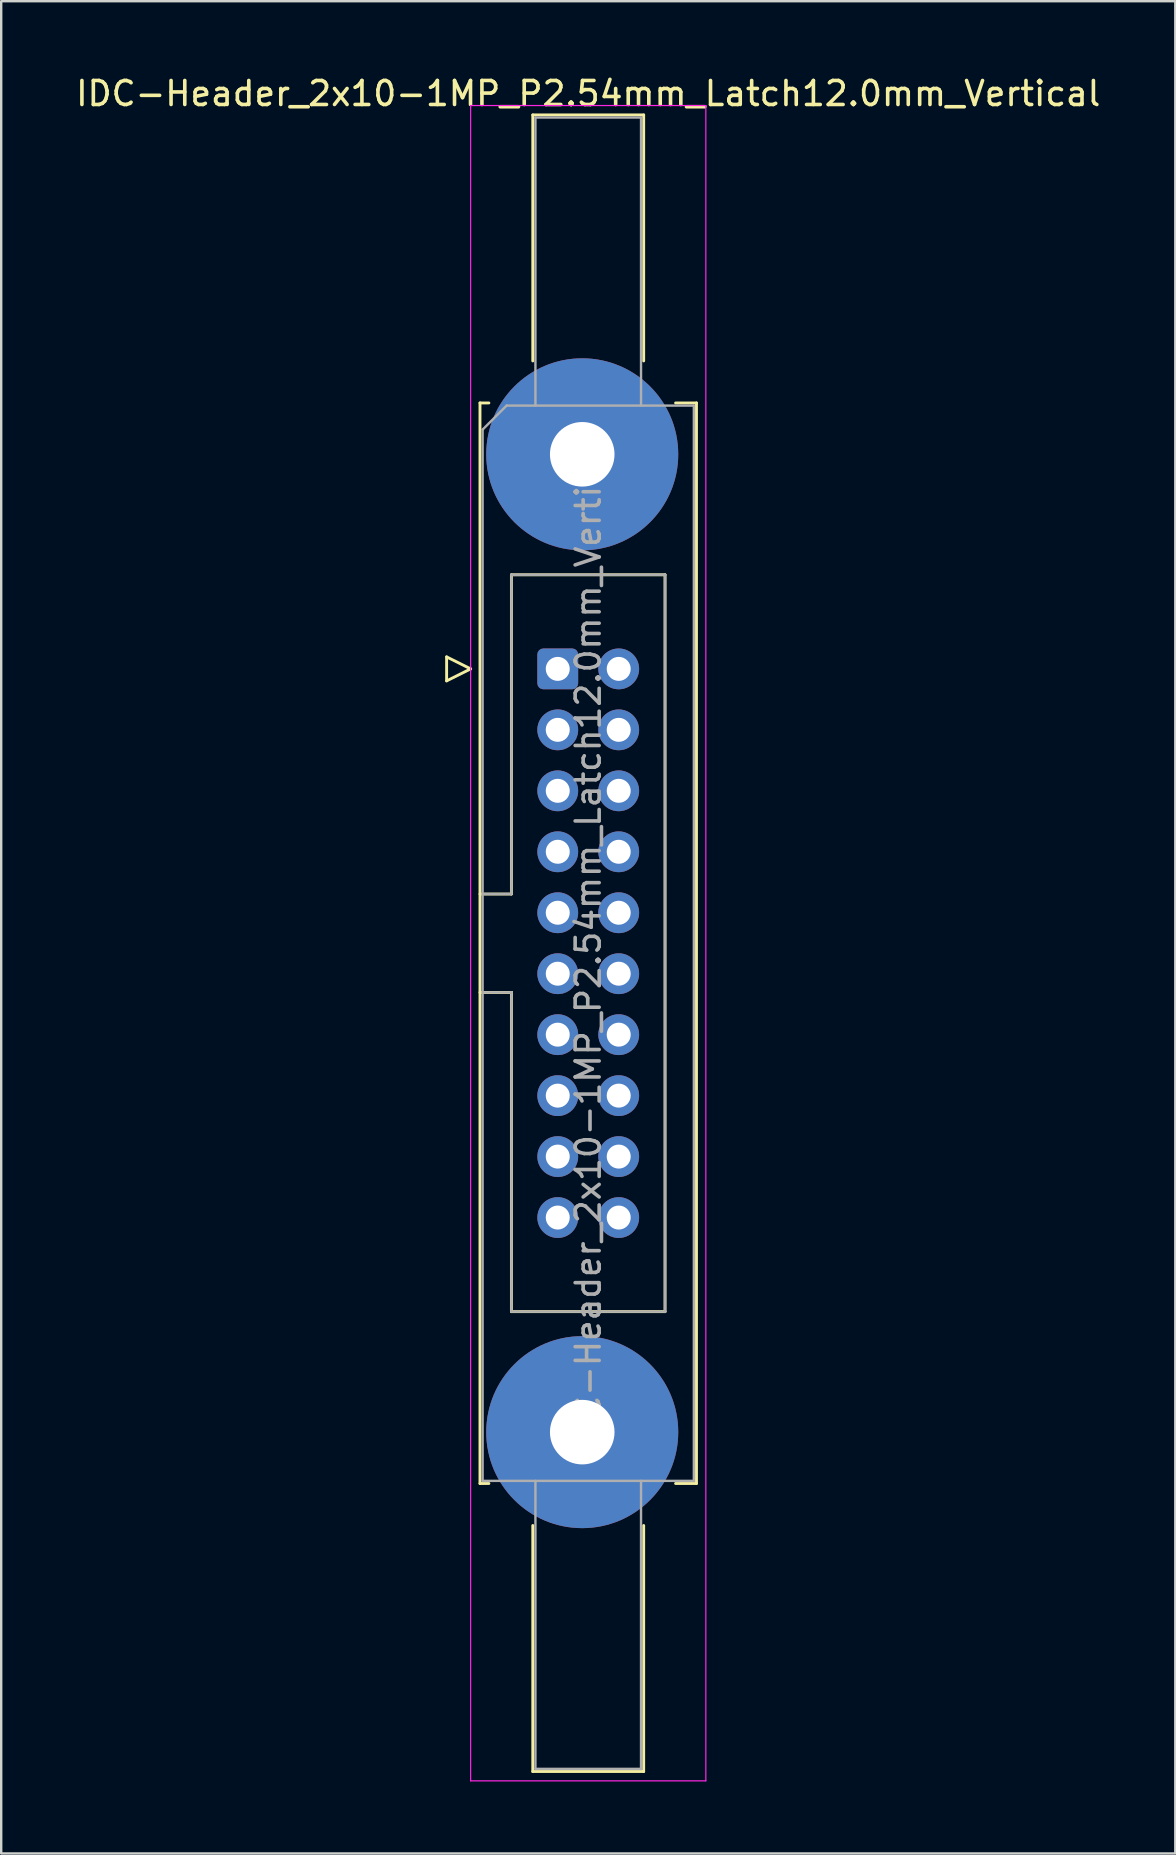
<source format=kicad_pcb>
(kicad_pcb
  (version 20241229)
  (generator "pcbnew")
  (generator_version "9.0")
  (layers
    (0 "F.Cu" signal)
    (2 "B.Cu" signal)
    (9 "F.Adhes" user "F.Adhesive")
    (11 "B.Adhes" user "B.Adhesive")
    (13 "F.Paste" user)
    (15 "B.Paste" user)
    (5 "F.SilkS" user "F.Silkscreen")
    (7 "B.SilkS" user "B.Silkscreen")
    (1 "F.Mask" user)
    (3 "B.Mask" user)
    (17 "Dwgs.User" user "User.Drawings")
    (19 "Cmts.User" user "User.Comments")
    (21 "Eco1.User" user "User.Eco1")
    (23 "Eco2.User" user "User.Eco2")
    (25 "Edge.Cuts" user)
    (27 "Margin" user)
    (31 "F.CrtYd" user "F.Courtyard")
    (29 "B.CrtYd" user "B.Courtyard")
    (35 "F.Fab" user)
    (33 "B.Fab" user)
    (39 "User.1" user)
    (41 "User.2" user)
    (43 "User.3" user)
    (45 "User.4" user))
  (footprint "IDC-Header_2x10-1MP_P2.54mm_Latch12.0mm_Vertical"
    (layer "F.Cu")
    (at 20.188 24.818)
    (property "Reference" "IDC-Header_2x10-1MP_P2.54mm_Latch12.0mm_Vertical" (at 1.27 -23.97 0) (layer "F.SilkS") (effects (font (size 1 1) (thickness 0.15))))
    (attr through_hole)
    (fp_line (start -4.63 -0.5) (end -4.63 0.5) (stroke (width 0.12) (type solid)) (layer "F.SilkS"))
    (fp_line (start -4.63 0.5) (end -3.63 0) (stroke (width 0.12) (type solid)) (layer "F.SilkS"))
    (fp_line (start -3.63 0) (end -4.63 -0.5) (stroke (width 0.12) (type solid)) (layer "F.SilkS"))
    (fp_line (start -3.24 -11.08) (end -3.24 33.94) (stroke (width 0.12) (type solid)) (layer "F.SilkS"))
    (fp_line (start -3.24 9.38) (end -1.93 9.38) (stroke (width 0.12) (type solid)) (layer "F.SilkS"))
    (fp_line (start -3.24 33.94) (end -2.87 33.94) (stroke (width 0.12) (type solid)) (layer "F.SilkS"))
    (fp_line (start -2.87 -11.08) (end -3.24 -11.08) (stroke (width 0.12) (type solid)) (layer "F.SilkS"))
    (fp_line (start -1.93 -3.92) (end 4.47 -3.92) (stroke (width 0.12) (type solid)) (layer "F.SilkS"))
    (fp_line (start -1.93 9.38) (end -1.93 -3.92) (stroke (width 0.12) (type solid)) (layer "F.SilkS"))
    (fp_line (start -1.93 13.48) (end -3.24 13.48) (stroke (width 0.12) (type solid)) (layer "F.SilkS"))
    (fp_line (start -1.93 13.48) (end -1.93 13.48) (stroke (width 0.12) (type solid)) (layer "F.SilkS"))
    (fp_line (start -1.93 26.78) (end -1.93 13.48) (stroke (width 0.12) (type solid)) (layer "F.SilkS"))
    (fp_line (start -1.04 -23.08) (end 3.58 -23.08) (stroke (width 0.12) (type solid)) (layer "F.SilkS"))
    (fp_line (start -1.04 -12.83) (end -1.04 -23.08) (stroke (width 0.12) (type solid)) (layer "F.SilkS"))
    (fp_line (start -1.04 35.69) (end -1.04 45.94) (stroke (width 0.12) (type solid)) (layer "F.SilkS"))
    (fp_line (start -1.04 45.94) (end 3.58 45.94) (stroke (width 0.12) (type solid)) (layer "F.SilkS"))
    (fp_line (start 3.58 -23.08) (end 3.58 -12.83) (stroke (width 0.12) (type solid)) (layer "F.SilkS"))
    (fp_line (start 3.58 45.94) (end 3.58 35.69) (stroke (width 0.12) (type solid)) (layer "F.SilkS"))
    (fp_line (start 4.47 -3.92) (end 4.47 26.78) (stroke (width 0.12) (type solid)) (layer "F.SilkS"))
    (fp_line (start 4.47 26.78) (end -1.93 26.78) (stroke (width 0.12) (type solid)) (layer "F.SilkS"))
    (fp_line (start 4.91 -11.08) (end 5.78 -11.08) (stroke (width 0.12) (type solid)) (layer "F.SilkS"))
    (fp_line (start 5.78 -11.08) (end 5.78 33.94) (stroke (width 0.12) (type solid)) (layer "F.SilkS"))
    (fp_line (start 5.78 33.94) (end 4.91 33.94) (stroke (width 0.12) (type solid)) (layer "F.SilkS"))
    (fp_line (start -3.63 -23.47) (end -3.63 46.33) (stroke (width 0.05) (type solid)) (layer "F.CrtYd"))
    (fp_line (start -3.63 46.33) (end 6.17 46.33) (stroke (width 0.05) (type solid)) (layer "F.CrtYd"))
    (fp_line (start 6.17 -23.47) (end -3.63 -23.47) (stroke (width 0.05) (type solid)) (layer "F.CrtYd"))
    (fp_line (start 6.17 46.33) (end 6.17 -23.47) (stroke (width 0.05) (type solid)) (layer "F.CrtYd"))
    (fp_line (start -3.13 -9.97) (end -2.13 -10.97) (stroke (width 0.1) (type solid)) (layer "F.Fab"))
    (fp_line (start -3.13 9.38) (end -1.93 9.38) (stroke (width 0.1) (type solid)) (layer "F.Fab"))
    (fp_line (start -3.13 33.83) (end -3.13 -9.97) (stroke (width 0.1) (type solid)) (layer "F.Fab"))
    (fp_line (start -2.13 -10.97) (end 5.67 -10.97) (stroke (width 0.1) (type solid)) (layer "F.Fab"))
    (fp_line (start -1.93 -3.92) (end 4.47 -3.92) (stroke (width 0.1) (type solid)) (layer "F.Fab"))
    (fp_line (start -1.93 9.38) (end -1.93 -3.92) (stroke (width 0.1) (type solid)) (layer "F.Fab"))
    (fp_line (start -1.93 13.48) (end -3.13 13.48) (stroke (width 0.1) (type solid)) (layer "F.Fab"))
    (fp_line (start -1.93 13.48) (end -1.93 13.48) (stroke (width 0.1) (type solid)) (layer "F.Fab"))
    (fp_line (start -1.93 26.78) (end -1.93 13.48) (stroke (width 0.1) (type solid)) (layer "F.Fab"))
    (fp_line (start -0.93 -22.97) (end 3.47 -22.97) (stroke (width 0.1) (type solid)) (layer "F.Fab"))
    (fp_line (start -0.93 -10.97) (end -0.93 -22.97) (stroke (width 0.1) (type solid)) (layer "F.Fab"))
    (fp_line (start -0.93 33.83) (end -0.93 45.83) (stroke (width 0.1) (type solid)) (layer "F.Fab"))
    (fp_line (start -0.93 45.83) (end 3.47 45.83) (stroke (width 0.1) (type solid)) (layer "F.Fab"))
    (fp_line (start 3.47 -22.97) (end 3.47 -10.97) (stroke (width 0.1) (type solid)) (layer "F.Fab"))
    (fp_line (start 3.47 45.83) (end 3.47 33.83) (stroke (width 0.1) (type solid)) (layer "F.Fab"))
    (fp_line (start 4.47 -3.92) (end 4.47 26.78) (stroke (width 0.1) (type solid)) (layer "F.Fab"))
    (fp_line (start 4.47 26.78) (end -1.93 26.78) (stroke (width 0.1) (type solid)) (layer "F.Fab"))
    (fp_line (start 5.67 -10.97) (end 5.67 33.83) (stroke (width 0.1) (type solid)) (layer "F.Fab"))
    (fp_line (start 5.67 33.83) (end -3.13 33.83) (stroke (width 0.1) (type solid)) (layer "F.Fab"))
    (fp_text user "${REFERENCE}" (at 1.27 11.43 90) (layer "F.Fab") (effects (font (size 1 1) (thickness 0.15))))
    (pad "1" thru_hole roundrect (at 0 0) (size 1.7 1.7) (drill 1) (layers "*.Cu" "*.Mask") (roundrect_rratio 0.147))
    (pad "2" thru_hole circle (at 2.54 0) (size 1.7 1.7) (drill 1) (layers "*.Cu" "*.Mask"))
    (pad "3" thru_hole circle (at 0 2.54) (size 1.7 1.7) (drill 1) (layers "*.Cu" "*.Mask"))
    (pad "4" thru_hole circle (at 2.54 2.54) (size 1.7 1.7) (drill 1) (layers "*.Cu" "*.Mask"))
    (pad "5" thru_hole circle (at 0 5.08) (size 1.7 1.7) (drill 1) (layers "*.Cu" "*.Mask"))
    (pad "6" thru_hole circle (at 2.54 5.08) (size 1.7 1.7) (drill 1) (layers "*.Cu" "*.Mask"))
    (pad "7" thru_hole circle (at 0 7.62) (size 1.7 1.7) (drill 1) (layers "*.Cu" "*.Mask"))
    (pad "8" thru_hole circle (at 2.54 7.62) (size 1.7 1.7) (drill 1) (layers "*.Cu" "*.Mask"))
    (pad "9" thru_hole circle (at 0 10.16) (size 1.7 1.7) (drill 1) (layers "*.Cu" "*.Mask"))
    (pad "10" thru_hole circle (at 2.54 10.16) (size 1.7 1.7) (drill 1) (layers "*.Cu" "*.Mask"))
    (pad "11" thru_hole circle (at 0 12.7) (size 1.7 1.7) (drill 1) (layers "*.Cu" "*.Mask"))
    (pad "12" thru_hole circle (at 2.54 12.7) (size 1.7 1.7) (drill 1) (layers "*.Cu" "*.Mask"))
    (pad "13" thru_hole circle (at 0 15.24) (size 1.7 1.7) (drill 1) (layers "*.Cu" "*.Mask"))
    (pad "14" thru_hole circle (at 2.54 15.24) (size 1.7 1.7) (drill 1) (layers "*.Cu" "*.Mask"))
    (pad "15" thru_hole circle (at 0 17.78) (size 1.7 1.7) (drill 1) (layers "*.Cu" "*.Mask"))
    (pad "16" thru_hole circle (at 2.54 17.78) (size 1.7 1.7) (drill 1) (layers "*.Cu" "*.Mask"))
    (pad "17" thru_hole circle (at 0 20.32) (size 1.7 1.7) (drill 1) (layers "*.Cu" "*.Mask"))
    (pad "18" thru_hole circle (at 2.54 20.32) (size 1.7 1.7) (drill 1) (layers "*.Cu" "*.Mask"))
    (pad "19" thru_hole circle (at 0 22.86) (size 1.7 1.7) (drill 1) (layers "*.Cu" "*.Mask"))
    (pad "20" thru_hole circle (at 2.54 22.86) (size 1.7 1.7) (drill 1) (layers "*.Cu" "*.Mask"))
    (pad "MP" thru_hole circle (at 1.02 -8.94) (size 8 8) (drill 2.69) (layers "*.Cu" "*.Mask"))
    (pad "MP" thru_hole circle (at 1.02 31.8) (size 8 8) (drill 2.69) (layers "*.Cu" "*.Mask")))
  (gr_rect
    (start -3 -3)
    (end 45.917 74.173)
    (stroke (width 0.1) (type default))
    (fill no)
    (layer "Edge.Cuts")))
</source>
